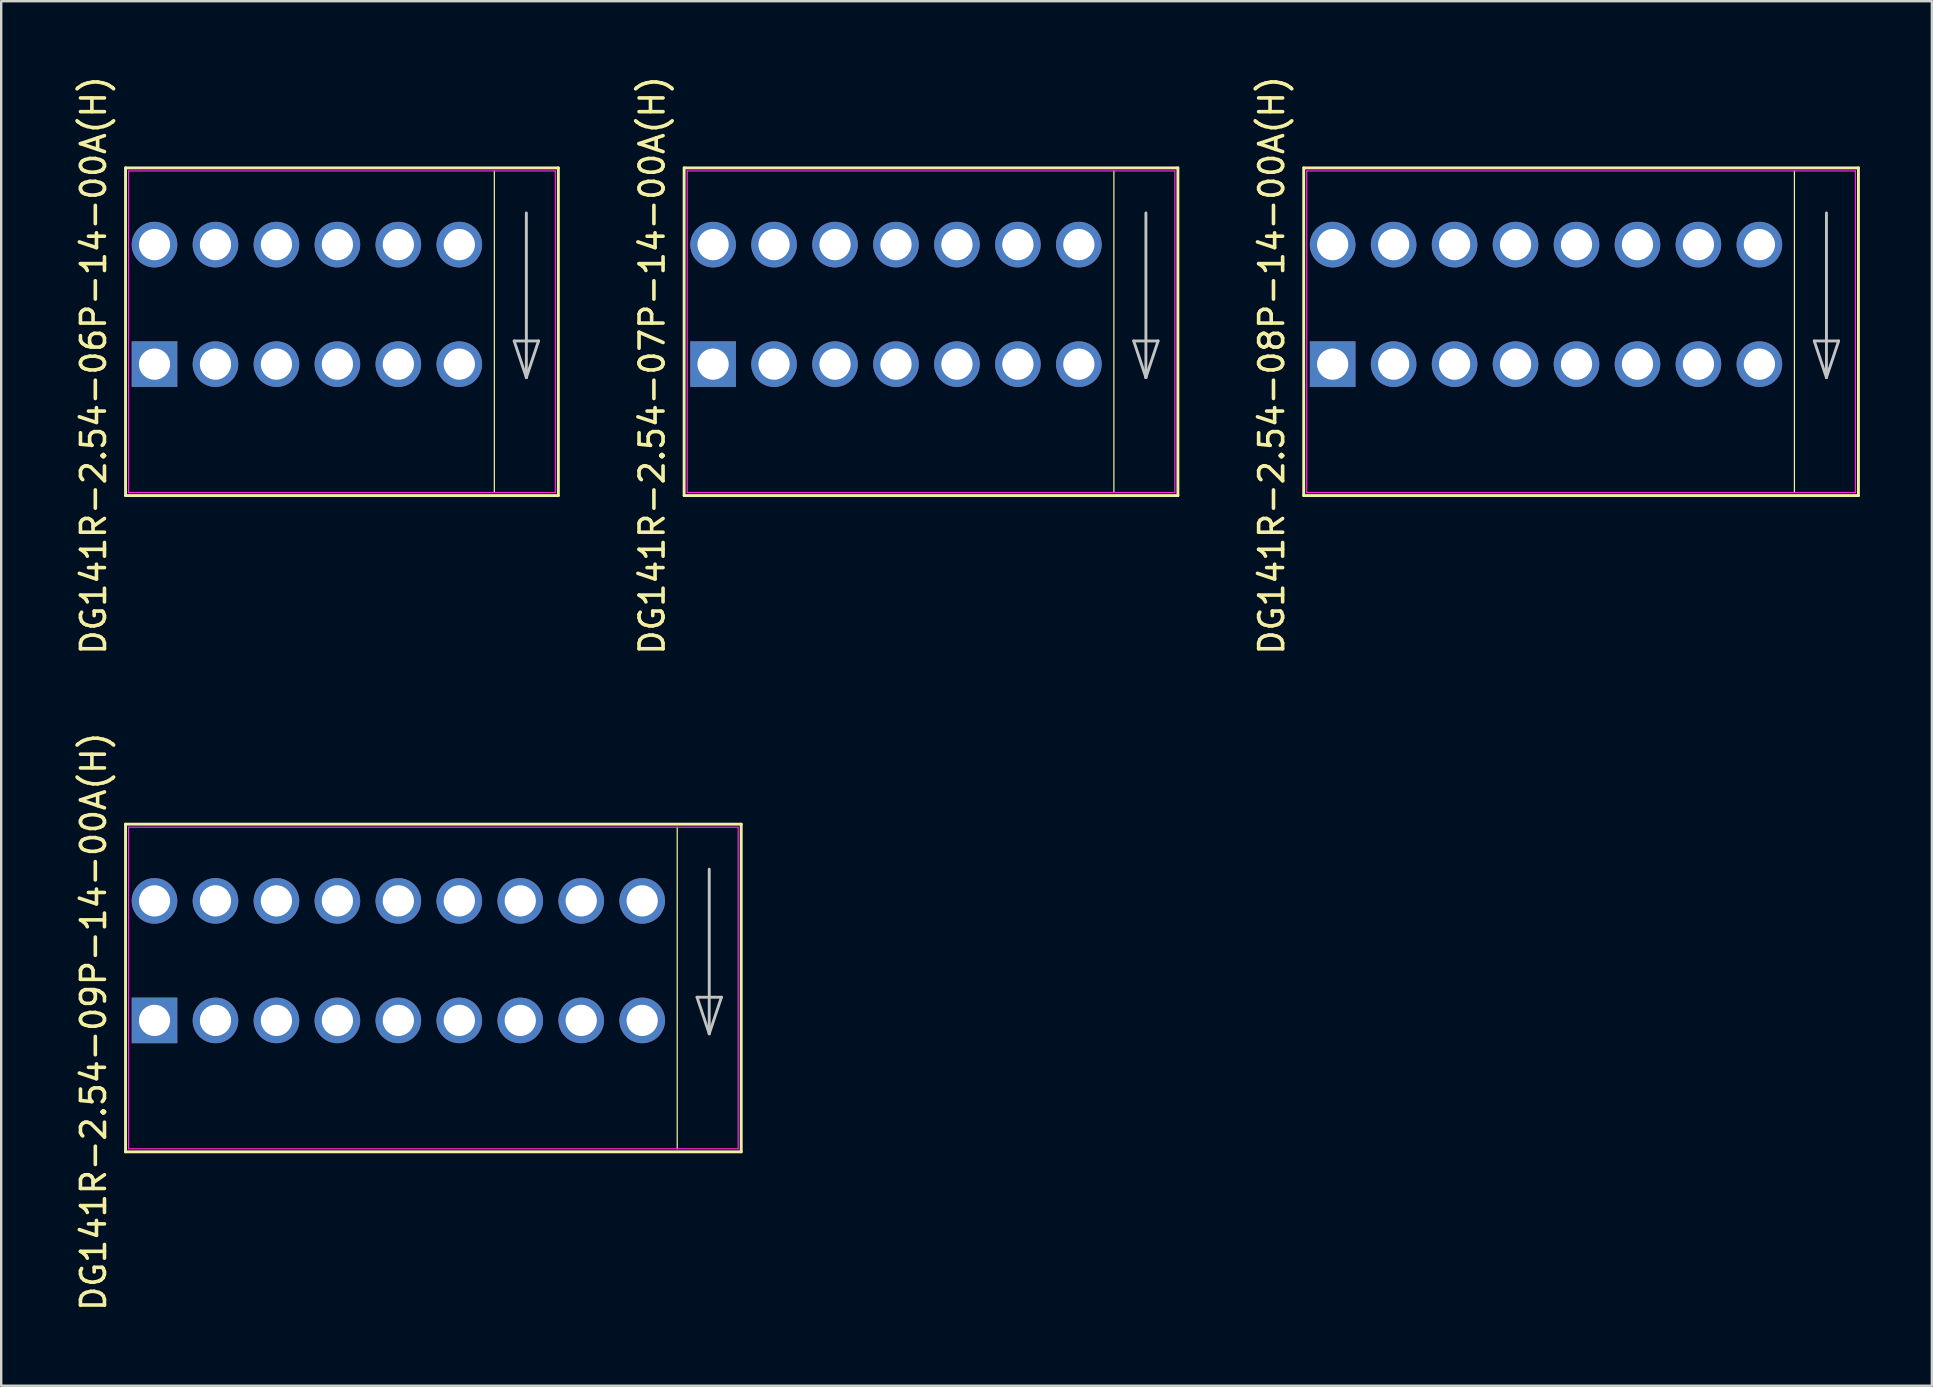
<source format=kicad_pcb>
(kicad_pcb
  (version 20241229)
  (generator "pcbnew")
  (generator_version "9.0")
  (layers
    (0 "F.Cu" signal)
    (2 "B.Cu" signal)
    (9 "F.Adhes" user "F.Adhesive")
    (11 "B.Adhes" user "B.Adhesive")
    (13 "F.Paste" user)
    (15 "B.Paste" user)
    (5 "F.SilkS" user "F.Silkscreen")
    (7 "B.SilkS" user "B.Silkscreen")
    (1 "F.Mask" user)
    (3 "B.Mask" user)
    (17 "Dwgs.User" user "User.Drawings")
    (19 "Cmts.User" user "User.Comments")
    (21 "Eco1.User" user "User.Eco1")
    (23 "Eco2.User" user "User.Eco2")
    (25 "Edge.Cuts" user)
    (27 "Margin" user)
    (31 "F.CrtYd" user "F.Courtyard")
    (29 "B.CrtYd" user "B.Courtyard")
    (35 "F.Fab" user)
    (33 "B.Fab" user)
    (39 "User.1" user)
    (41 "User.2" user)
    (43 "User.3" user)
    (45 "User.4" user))
  (footprint "DG141R-2.54-08P-14-00A(H)"
    (layer "F.Cu")
    (at 52.479 12.173)
    (property "Reference" "DG141R-2.54-08P-14-00A(H)" (at -2.54 0 90) (layer "F.SilkS") (effects (font (size 1 1) (thickness 0.15))))
    (attr through_hole)
    (fp_line (start -1.207 -8.227) (end -1.207 5.427) (stroke (width 0.12) (type solid)) (layer "F.SilkS"))
    (fp_line (start -1.207 -8.227) (end 21.907 -8.227) (stroke (width 0.12) (type solid)) (layer "F.SilkS"))
    (fp_line (start -1.207 5.427) (end 21.907 5.427) (stroke (width 0.12) (type solid)) (layer "F.SilkS"))
    (fp_line (start 19.24 -8.1) (end 19.24 5.3) (stroke (width 0.05) (type solid)) (layer "F.SilkS"))
    (fp_line (start 21.907 -8.227) (end 21.907 5.427) (stroke (width 0.12) (type solid)) (layer "F.SilkS"))
    (fp_line (start 20.066 -1.016) (end 21.082 -1.016) (stroke (width 0.12) (type solid)) (layer "Dwgs.User"))
    (fp_line (start 20.574 -6.35) (end 20.574 0.508) (stroke (width 0.12) (type solid)) (layer "Dwgs.User"))
    (fp_line (start 20.574 0.508) (end 20.066 -1.016) (stroke (width 0.12) (type solid)) (layer "Dwgs.User"))
    (fp_line (start 21.082 -1.016) (end 20.574 0.508) (stroke (width 0.12) (type solid)) (layer "Dwgs.User"))
    (fp_line (start -1.08 -8.1) (end -1.08 5.3) (stroke (width 0.05) (type solid)) (layer "F.CrtYd"))
    (fp_line (start -1.08 -8.1) (end 21.78 -8.1) (stroke (width 0.05) (type solid)) (layer "F.CrtYd"))
    (fp_line (start -1.08 5.3) (end 21.78 5.3) (stroke (width 0.05) (type solid)) (layer "F.CrtYd"))
    (fp_line (start 21.78 -8.1) (end 21.78 5.3) (stroke (width 0.05) (type solid)) (layer "F.CrtYd"))
    (pad "1" thru_hole circle (at 0 -5.03) (size 1.9 1.9) (drill 1.3) (layers "*.Cu" "*.Mask"))
    (pad "1" thru_hole rect (at 0 -0.05) (size 1.9 1.9) (drill 1.3) (layers "*.Cu" "*.Mask"))
    (pad "2" thru_hole circle (at 2.54 -5.03) (size 1.9 1.9) (drill 1.3) (layers "*.Cu" "*.Mask"))
    (pad "2" thru_hole circle (at 2.54 -0.05) (size 1.9 1.9) (drill 1.3) (layers "*.Cu" "*.Mask"))
    (pad "3" thru_hole circle (at 5.08 -5.03) (size 1.9 1.9) (drill 1.3) (layers "*.Cu" "*.Mask"))
    (pad "3" thru_hole circle (at 5.08 -0.05) (size 1.9 1.9) (drill 1.3) (layers "*.Cu" "*.Mask"))
    (pad "4" thru_hole circle (at 7.62 -5.03) (size 1.9 1.9) (drill 1.3) (layers "*.Cu" "*.Mask"))
    (pad "4" thru_hole circle (at 7.62 -0.05) (size 1.9 1.9) (drill 1.3) (layers "*.Cu" "*.Mask"))
    (pad "5" thru_hole circle (at 10.16 -5.03) (size 1.9 1.9) (drill 1.3) (layers "*.Cu" "*.Mask"))
    (pad "5" thru_hole circle (at 10.16 -0.05) (size 1.9 1.9) (drill 1.3) (layers "*.Cu" "*.Mask"))
    (pad "6" thru_hole circle (at 12.7 -5.03) (size 1.9 1.9) (drill 1.3) (layers "*.Cu" "*.Mask"))
    (pad "6" thru_hole circle (at 12.7 -0.05) (size 1.9 1.9) (drill 1.3) (layers "*.Cu" "*.Mask"))
    (pad "7" thru_hole circle (at 15.24 -5.03) (size 1.9 1.9) (drill 1.3) (layers "*.Cu" "*.Mask"))
    (pad "7" thru_hole circle (at 15.24 -0.05) (size 1.9 1.9) (drill 1.3) (layers "*.Cu" "*.Mask"))
    (pad "8" thru_hole circle (at 17.78 -5.03) (size 1.9 1.9) (drill 1.3) (layers "*.Cu" "*.Mask"))
    (pad "8" thru_hole circle (at 17.78 -0.05) (size 1.9 1.9) (drill 1.3) (layers "*.Cu" "*.Mask")))
  (footprint "DG141R-2.54-09P-14-00A(H)"
    (layer "F.Cu")
    (at 3.388 39.518)
    (property "Reference" "DG141R-2.54-09P-14-00A(H)" (at -2.54 0 90) (layer "F.SilkS") (effects (font (size 1 1) (thickness 0.15))))
    (attr through_hole)
    (fp_line (start -1.207 -8.227) (end -1.207 5.427) (stroke (width 0.12) (type solid)) (layer "F.SilkS"))
    (fp_line (start -1.207 -8.227) (end 24.447 -8.227) (stroke (width 0.12) (type solid)) (layer "F.SilkS"))
    (fp_line (start -1.207 5.427) (end 24.447 5.427) (stroke (width 0.12) (type solid)) (layer "F.SilkS"))
    (fp_line (start 21.78 -8.1) (end 21.78 5.3) (stroke (width 0.05) (type solid)) (layer "F.SilkS"))
    (fp_line (start 24.447 -8.227) (end 24.447 5.427) (stroke (width 0.12) (type solid)) (layer "F.SilkS"))
    (fp_line (start 22.606 -1.016) (end 23.622 -1.016) (stroke (width 0.12) (type solid)) (layer "Dwgs.User"))
    (fp_line (start 23.114 -6.35) (end 23.114 0.508) (stroke (width 0.12) (type solid)) (layer "Dwgs.User"))
    (fp_line (start 23.114 0.508) (end 22.606 -1.016) (stroke (width 0.12) (type solid)) (layer "Dwgs.User"))
    (fp_line (start 23.622 -1.016) (end 23.114 0.508) (stroke (width 0.12) (type solid)) (layer "Dwgs.User"))
    (fp_line (start -1.08 -8.1) (end -1.08 5.3) (stroke (width 0.05) (type solid)) (layer "F.CrtYd"))
    (fp_line (start -1.08 -8.1) (end 24.32 -8.1) (stroke (width 0.05) (type solid)) (layer "F.CrtYd"))
    (fp_line (start -1.08 5.3) (end 24.32 5.3) (stroke (width 0.05) (type solid)) (layer "F.CrtYd"))
    (fp_line (start 24.32 -8.1) (end 24.32 5.3) (stroke (width 0.05) (type solid)) (layer "F.CrtYd"))
    (pad "1" thru_hole circle (at 0 -5.03) (size 1.9 1.9) (drill 1.3) (layers "*.Cu" "*.Mask"))
    (pad "1" thru_hole rect (at 0 -0.05) (size 1.9 1.9) (drill 1.3) (layers "*.Cu" "*.Mask"))
    (pad "2" thru_hole circle (at 2.54 -5.03) (size 1.9 1.9) (drill 1.3) (layers "*.Cu" "*.Mask"))
    (pad "2" thru_hole circle (at 2.54 -0.05) (size 1.9 1.9) (drill 1.3) (layers "*.Cu" "*.Mask"))
    (pad "3" thru_hole circle (at 5.08 -5.03) (size 1.9 1.9) (drill 1.3) (layers "*.Cu" "*.Mask"))
    (pad "3" thru_hole circle (at 5.08 -0.05) (size 1.9 1.9) (drill 1.3) (layers "*.Cu" "*.Mask"))
    (pad "4" thru_hole circle (at 7.62 -5.03) (size 1.9 1.9) (drill 1.3) (layers "*.Cu" "*.Mask"))
    (pad "4" thru_hole circle (at 7.62 -0.05) (size 1.9 1.9) (drill 1.3) (layers "*.Cu" "*.Mask"))
    (pad "5" thru_hole circle (at 10.16 -5.03) (size 1.9 1.9) (drill 1.3) (layers "*.Cu" "*.Mask"))
    (pad "5" thru_hole circle (at 10.16 -0.05) (size 1.9 1.9) (drill 1.3) (layers "*.Cu" "*.Mask"))
    (pad "6" thru_hole circle (at 12.7 -5.03) (size 1.9 1.9) (drill 1.3) (layers "*.Cu" "*.Mask"))
    (pad "6" thru_hole circle (at 12.7 -0.05) (size 1.9 1.9) (drill 1.3) (layers "*.Cu" "*.Mask"))
    (pad "7" thru_hole circle (at 15.24 -5.03) (size 1.9 1.9) (drill 1.3) (layers "*.Cu" "*.Mask"))
    (pad "7" thru_hole circle (at 15.24 -0.05) (size 1.9 1.9) (drill 1.3) (layers "*.Cu" "*.Mask"))
    (pad "8" thru_hole circle (at 17.78 -5.03) (size 1.9 1.9) (drill 1.3) (layers "*.Cu" "*.Mask"))
    (pad "8" thru_hole circle (at 17.78 -0.05) (size 1.9 1.9) (drill 1.3) (layers "*.Cu" "*.Mask"))
    (pad "9" thru_hole circle (at 20.32 -5.03) (size 1.9 1.9) (drill 1.3) (layers "*.Cu" "*.Mask"))
    (pad "9" thru_hole circle (at 20.32 -0.05) (size 1.9 1.9) (drill 1.3) (layers "*.Cu" "*.Mask")))
  (footprint "DG141R-2.54-06P-14-00A(H)"
    (layer "F.Cu")
    (at 3.388 12.173)
    (property "Reference" "DG141R-2.54-06P-14-00A(H)" (at -2.54 0 90) (layer "F.SilkS") (effects (font (size 1 1) (thickness 0.15))))
    (attr through_hole)
    (fp_line (start -1.207 -8.227) (end -1.207 5.427) (stroke (width 0.12) (type solid)) (layer "F.SilkS"))
    (fp_line (start -1.207 -8.227) (end 16.827 -8.227) (stroke (width 0.12) (type solid)) (layer "F.SilkS"))
    (fp_line (start -1.207 5.427) (end 16.827 5.427) (stroke (width 0.12) (type solid)) (layer "F.SilkS"))
    (fp_line (start 14.16 -8.1) (end 14.16 5.3) (stroke (width 0.05) (type solid)) (layer "F.SilkS"))
    (fp_line (start 16.827 -8.227) (end 16.827 5.427) (stroke (width 0.12) (type solid)) (layer "F.SilkS"))
    (fp_line (start 14.986 -1.016) (end 16.002 -1.016) (stroke (width 0.12) (type solid)) (layer "Dwgs.User"))
    (fp_line (start 15.494 -6.35) (end 15.494 0.508) (stroke (width 0.12) (type solid)) (layer "Dwgs.User"))
    (fp_line (start 15.494 0.508) (end 14.986 -1.016) (stroke (width 0.12) (type solid)) (layer "Dwgs.User"))
    (fp_line (start 16.002 -1.016) (end 15.494 0.508) (stroke (width 0.12) (type solid)) (layer "Dwgs.User"))
    (fp_line (start -1.08 -8.1) (end -1.08 5.3) (stroke (width 0.05) (type solid)) (layer "F.CrtYd"))
    (fp_line (start -1.08 -8.1) (end 16.7 -8.1) (stroke (width 0.05) (type solid)) (layer "F.CrtYd"))
    (fp_line (start -1.08 5.3) (end 16.7 5.3) (stroke (width 0.05) (type solid)) (layer "F.CrtYd"))
    (fp_line (start 16.7 -8.1) (end 16.7 5.3) (stroke (width 0.05) (type solid)) (layer "F.CrtYd"))
    (pad "1" thru_hole circle (at 0 -5.03) (size 1.9 1.9) (drill 1.3) (layers "*.Cu" "*.Mask"))
    (pad "1" thru_hole rect (at 0 -0.05) (size 1.9 1.9) (drill 1.3) (layers "*.Cu" "*.Mask"))
    (pad "2" thru_hole circle (at 2.54 -5.03) (size 1.9 1.9) (drill 1.3) (layers "*.Cu" "*.Mask"))
    (pad "2" thru_hole circle (at 2.54 -0.05) (size 1.9 1.9) (drill 1.3) (layers "*.Cu" "*.Mask"))
    (pad "3" thru_hole circle (at 5.08 -5.03) (size 1.9 1.9) (drill 1.3) (layers "*.Cu" "*.Mask"))
    (pad "3" thru_hole circle (at 5.08 -0.05) (size 1.9 1.9) (drill 1.3) (layers "*.Cu" "*.Mask"))
    (pad "4" thru_hole circle (at 7.62 -5.03) (size 1.9 1.9) (drill 1.3) (layers "*.Cu" "*.Mask"))
    (pad "4" thru_hole circle (at 7.62 -0.05) (size 1.9 1.9) (drill 1.3) (layers "*.Cu" "*.Mask"))
    (pad "5" thru_hole circle (at 10.16 -5.03) (size 1.9 1.9) (drill 1.3) (layers "*.Cu" "*.Mask"))
    (pad "5" thru_hole circle (at 10.16 -0.05) (size 1.9 1.9) (drill 1.3) (layers "*.Cu" "*.Mask"))
    (pad "6" thru_hole circle (at 12.7 -5.03) (size 1.9 1.9) (drill 1.3) (layers "*.Cu" "*.Mask"))
    (pad "6" thru_hole circle (at 12.7 -0.05) (size 1.9 1.9) (drill 1.3) (layers "*.Cu" "*.Mask")))
  (footprint "DG141R-2.54-07P-14-00A(H)"
    (layer "F.Cu")
    (at 26.663 12.173)
    (property "Reference" "DG141R-2.54-07P-14-00A(H)" (at -2.54 0 90) (layer "F.SilkS") (effects (font (size 1 1) (thickness 0.15))))
    (attr through_hole)
    (fp_line (start -1.207 -8.227) (end -1.207 5.427) (stroke (width 0.12) (type solid)) (layer "F.SilkS"))
    (fp_line (start -1.207 -8.227) (end 19.367 -8.227) (stroke (width 0.12) (type solid)) (layer "F.SilkS"))
    (fp_line (start -1.207 5.427) (end 19.367 5.427) (stroke (width 0.12) (type solid)) (layer "F.SilkS"))
    (fp_line (start 16.7 -8.1) (end 16.7 5.3) (stroke (width 0.05) (type solid)) (layer "F.SilkS"))
    (fp_line (start 19.367 -8.227) (end 19.367 5.427) (stroke (width 0.12) (type solid)) (layer "F.SilkS"))
    (fp_line (start 17.526 -1.016) (end 18.542 -1.016) (stroke (width 0.12) (type solid)) (layer "Dwgs.User"))
    (fp_line (start 18.034 -6.35) (end 18.034 0.508) (stroke (width 0.12) (type solid)) (layer "Dwgs.User"))
    (fp_line (start 18.034 0.508) (end 17.526 -1.016) (stroke (width 0.12) (type solid)) (layer "Dwgs.User"))
    (fp_line (start 18.542 -1.016) (end 18.034 0.508) (stroke (width 0.12) (type solid)) (layer "Dwgs.User"))
    (fp_line (start -1.08 -8.1) (end -1.08 5.3) (stroke (width 0.05) (type solid)) (layer "F.CrtYd"))
    (fp_line (start -1.08 -8.1) (end 19.24 -8.1) (stroke (width 0.05) (type solid)) (layer "F.CrtYd"))
    (fp_line (start -1.08 5.3) (end 19.24 5.3) (stroke (width 0.05) (type solid)) (layer "F.CrtYd"))
    (fp_line (start 19.24 -8.1) (end 19.24 5.3) (stroke (width 0.05) (type solid)) (layer "F.CrtYd"))
    (pad "1" thru_hole circle (at 0 -5.03) (size 1.9 1.9) (drill 1.3) (layers "*.Cu" "*.Mask"))
    (pad "1" thru_hole rect (at 0 -0.05) (size 1.9 1.9) (drill 1.3) (layers "*.Cu" "*.Mask"))
    (pad "2" thru_hole circle (at 2.54 -5.03) (size 1.9 1.9) (drill 1.3) (layers "*.Cu" "*.Mask"))
    (pad "2" thru_hole circle (at 2.54 -0.05) (size 1.9 1.9) (drill 1.3) (layers "*.Cu" "*.Mask"))
    (pad "3" thru_hole circle (at 5.08 -5.03) (size 1.9 1.9) (drill 1.3) (layers "*.Cu" "*.Mask"))
    (pad "3" thru_hole circle (at 5.08 -0.05) (size 1.9 1.9) (drill 1.3) (layers "*.Cu" "*.Mask"))
    (pad "4" thru_hole circle (at 7.62 -5.03) (size 1.9 1.9) (drill 1.3) (layers "*.Cu" "*.Mask"))
    (pad "4" thru_hole circle (at 7.62 -0.05) (size 1.9 1.9) (drill 1.3) (layers "*.Cu" "*.Mask"))
    (pad "5" thru_hole circle (at 10.16 -5.03) (size 1.9 1.9) (drill 1.3) (layers "*.Cu" "*.Mask"))
    (pad "5" thru_hole circle (at 10.16 -0.05) (size 1.9 1.9) (drill 1.3) (layers "*.Cu" "*.Mask"))
    (pad "6" thru_hole circle (at 12.7 -5.03) (size 1.9 1.9) (drill 1.3) (layers "*.Cu" "*.Mask"))
    (pad "6" thru_hole circle (at 12.7 -0.05) (size 1.9 1.9) (drill 1.3) (layers "*.Cu" "*.Mask"))
    (pad "7" thru_hole circle (at 15.24 -5.03) (size 1.9 1.9) (drill 1.3) (layers "*.Cu" "*.Mask"))
    (pad "7" thru_hole circle (at 15.24 -0.05) (size 1.9 1.9) (drill 1.3) (layers "*.Cu" "*.Mask")))
  (gr_rect
    (start -3 -3)
    (end 77.446 54.69)
    (stroke (width 0.1) (type default))
    (fill no)
    (layer "Edge.Cuts")))
</source>
